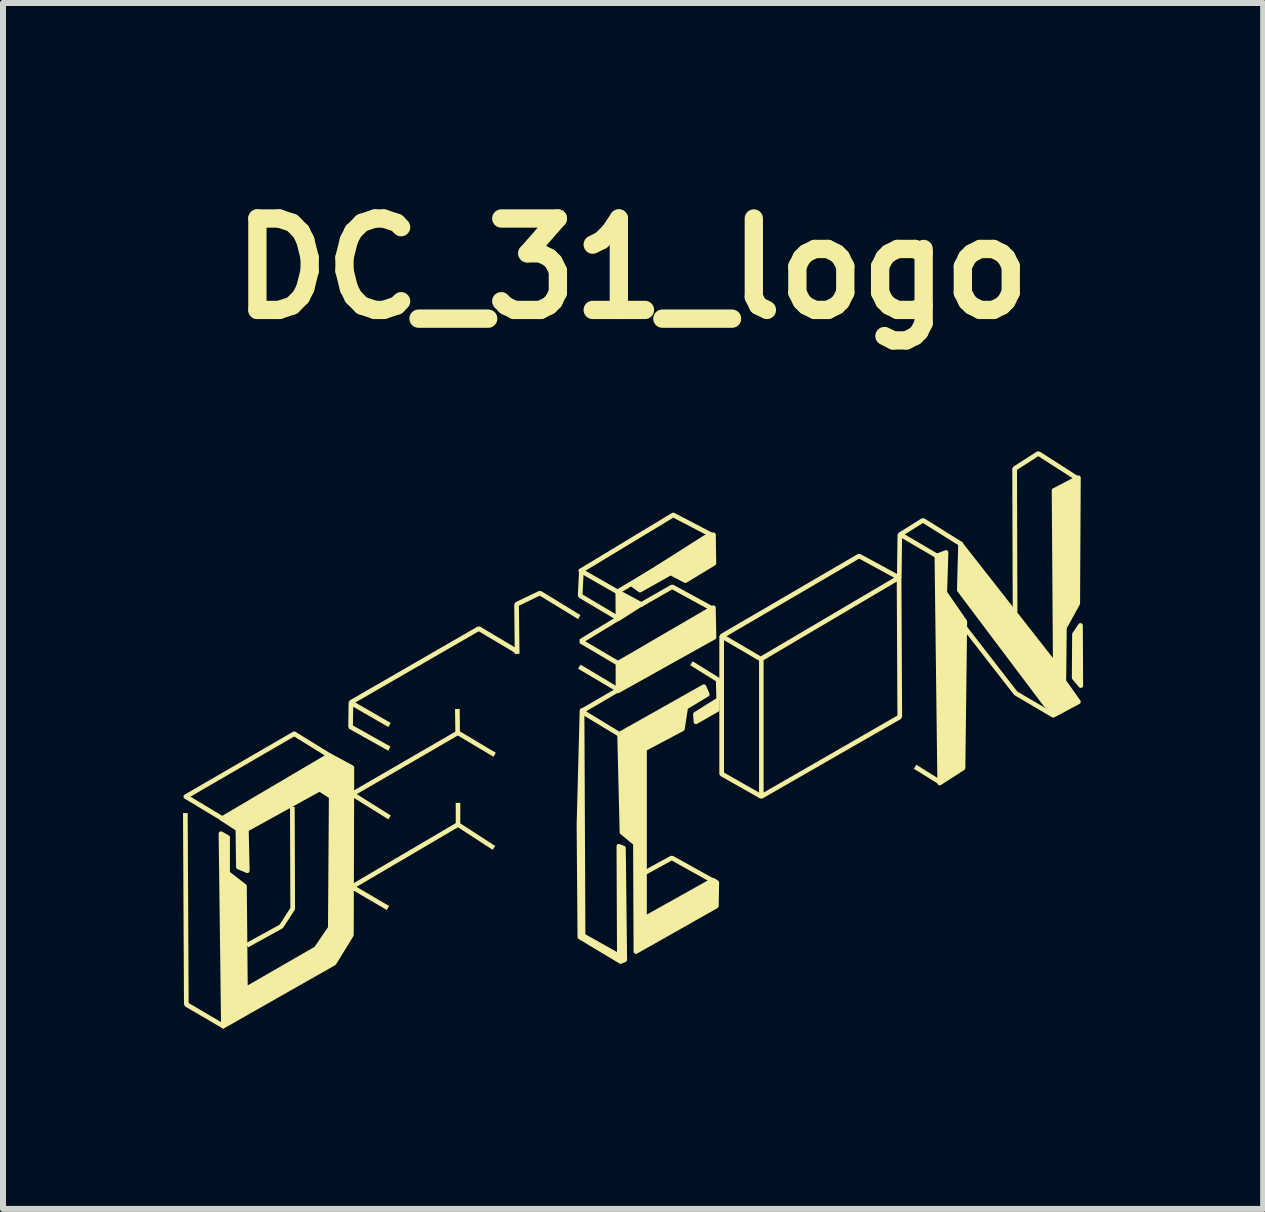
<source format=kicad_pcb>
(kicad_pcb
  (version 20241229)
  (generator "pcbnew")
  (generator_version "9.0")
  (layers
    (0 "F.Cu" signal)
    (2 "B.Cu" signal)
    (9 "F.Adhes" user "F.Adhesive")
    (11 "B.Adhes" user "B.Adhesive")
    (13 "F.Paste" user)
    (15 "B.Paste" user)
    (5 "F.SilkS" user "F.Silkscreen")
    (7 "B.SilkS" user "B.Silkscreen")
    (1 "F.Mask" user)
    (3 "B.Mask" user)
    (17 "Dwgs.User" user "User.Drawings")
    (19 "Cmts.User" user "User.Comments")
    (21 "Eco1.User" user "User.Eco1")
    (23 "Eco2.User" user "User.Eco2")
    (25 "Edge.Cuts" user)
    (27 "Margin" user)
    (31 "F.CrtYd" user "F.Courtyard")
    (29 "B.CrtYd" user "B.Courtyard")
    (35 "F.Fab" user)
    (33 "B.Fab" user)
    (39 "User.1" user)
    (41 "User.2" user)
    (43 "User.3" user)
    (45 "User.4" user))
  (footprint "DC_31_logo"
    (layer "F.Cu")
    (at 7.481 9.286)
    (property "Reference" "DC_31_logo" (at 0 -7.86 0) (layer "F.SilkS") (effects (font (size 1.524 1.524) (thickness 0.305))))
    (attr exclude_from_pos_files exclude_from_bom)
    (fp_poly (pts (xy 4.497 0.585) (xy 4.243 0.433) (xy 4.497 0.281) (xy 4.497 0.585)) (stroke (width 0.078) (type solid)) (fill yes) (layer "F.Mask"))
    (fp_poly (pts (xy 1.52 1.302) (xy 1.52 1.613) (xy 2.085 1.932) (xy 2.085 1.628) (xy 1.52 1.302)) (stroke (width 0.078) (type solid)) (fill yes) (layer "F.Mask"))
    (fp_poly (pts (xy 2.568 -0.952) (xy 2.571 -0.627) (xy 2.849 -0.785) (xy 2.849 -1.119) (xy 2.568 -0.952)) (stroke (width 0.078) (type solid)) (fill yes) (layer "F.Mask"))
    (fp_poly (pts (xy 3.733 -1.612) (xy 3.739 -1.29) (xy 4.017 -1.444) (xy 4.02 -1.773) (xy 3.733 -1.612)) (stroke (width 0.078) (type solid)) (fill yes) (layer "F.Mask"))
    (fp_poly (pts (xy -4.054 -0.268) (xy -4.054 0.147) (xy -2.894 -0.545) (xy -2.887 -0.677) (xy -3.813 -0.144) (xy -4.054 -0.268)) (stroke (width 0.078) (type solid)) (fill yes) (layer "F.Mask"))
    (fp_poly (pts (xy -2.401 2.282) (xy -4.041 3.241) (xy -4.044 2.774) (xy -2.525 1.893) (xy -2.411 1.963) (xy -2.401 2.282)) (stroke (width 0.078) (type solid)) (fill yes) (layer "F.Mask"))
    (fp_poly (pts (xy -1.278 1.111) (xy -1.249 -1.885) (xy -0.886 -2.081) (xy -0.896 -0.72) (xy -1.053 -0.642) (xy -1.053 0.768) (xy -1.278 1.111)) (stroke (width 0.078) (type solid)) (fill yes) (layer "F.Mask"))
    (fp_poly (pts (xy -0.876 0.851) (xy -0.894 1.381) (xy -1.263 1.577) (xy -1.866 1.243) (xy -1.875 1.107) (xy -1.302 1.455) (xy -0.876 0.851)) (stroke (width 0.078) (type solid)) (fill yes) (layer "F.Mask"))
    (fp_poly (pts (xy 2.558 -0.166) (xy 2.558 0.245) (xy 4.096 -0.63) (xy 4.096 -1.015) (xy 3.948 -0.92) (xy 3.951 -0.725) (xy 2.71 -0.014) (xy 2.707 -0.254) (xy 2.558 -0.166)) (stroke (width 0.078) (type solid)) (fill yes) (layer "F.Mask"))
    (fp_poly (pts (xy 3.346 0.926) (xy 3.693 0.338) (xy 4.308 -0.037) (xy 4.165 -0.152) (xy 4.495 -0.34) (xy 4.495 0.061) (xy 3.791 0.436) (xy 3.47 0.988) (xy 3.346 0.926)) (stroke (width 0.078) (type solid)) (fill yes) (layer "F.Mask"))
    (fp_poly (pts (xy 1.535 1.801) (xy 1.535 2.12) (xy 2.093 2.446) (xy 2.962 1.975) (xy 3.324 1.36) (xy 3.179 1.28) (xy 2.867 1.867) (xy 2.107 2.272) (xy 2.1 2.127) (xy 1.535 1.801)) (stroke (width 0.078) (type solid)) (fill yes) (layer "F.Mask"))
    (fp_poly (pts (xy 1.513 0.809) (xy 1.52 1.113) (xy 2.093 1.447) (xy 2.889 1.005) (xy 3.845 1.519) (xy 4.497 1.142) (xy 4.497 0.838) (xy 4.041 0.541) (xy 4.033 0.809) (xy 4.381 1.034) (xy 3.852 1.323) (xy 2.925 0.817) (xy 2.085 1.28) (xy 2.078 1.121) (xy 1.513 0.809)) (stroke (width 0.078) (type solid)) (fill yes) (layer "F.Mask"))
    (fp_poly (pts (xy -3.866 -0.416) (xy -3.801 -0.362) (xy -2.687 -0.984) (xy -2.693 -0.622) (xy -2.287 -0.876) (xy -2.26 0.227) (xy -4.055 1.249) (xy -4.058 1.707) (xy -2.276 0.649) (xy -2.276 1.747) (xy -2.33 1.774) (xy -2.211 1.849) (xy -2.211 2.185) (xy -1.892 1.979) (xy -1.919 -1.471) (xy -3.866 -0.416)) (stroke (width 0.078) (type solid)) (fill yes) (layer "F.Mask"))
    (fp_poly (pts (xy -4.673 2.86) (xy -4.066 3.207) (xy -4.673 2.86)) (stroke (width 0.078) (type solid)) (fill yes) (layer "F.SilkS"))
    (fp_poly (pts (xy -1.255 -1.89) (xy -1.879 -2.249) (xy -1.255 -1.89)) (stroke (width 0.078) (type solid)) (fill yes) (layer "F.SilkS"))
    (fp_poly (pts (xy -5.034 0.26) (xy -5.628 -0.107) (xy -7.434 0.94) (xy -6.795 1.325)) (stroke (width 0.078) (type solid)) (fill no) (layer "F.SilkS"))
    (fp_poly (pts (xy 0.15 -2.265) (xy -0.232 -2.021) (xy -0.235 -2.472) (xy 0.15 -2.265)) (stroke (width 0.078) (type solid)) (fill yes) (layer "F.SilkS"))
    (fp_poly (pts (xy 1.339 -3.414) (xy 0.689 -3.754) (xy -0.852 -2.823) (xy -0.239 -2.473)) (stroke (width 0.078) (type solid)) (fill no) (layer "F.SilkS"))
    (fp_poly (pts (xy -0.856 -1.259) (xy -0.897 -1.192) (xy -0.25 -0.808) (xy -0.211 -0.874) (xy -0.856 -1.259)) (stroke (width 0) (type solid)) (fill yes) (layer "F.SilkS"))
    (fp_poly (pts (xy -0.232 -1.282) (xy -0.232 -0.823) (xy 1.368 -1.716) (xy 1.358 -2.208) (xy -0.232 -1.282)) (stroke (width 0.078) (type solid)) (fill yes) (layer "F.SilkS"))
    (fp_poly (pts (xy 1.059 -0.433) (xy 1.068 -0.307) (xy 1.421 -0.509) (xy 1.421 -0.66) (xy 1.059 -0.433)) (stroke (width 0.078) (type solid)) (fill yes) (layer "F.SilkS"))
    (fp_poly (pts (xy 4.486 -3.466) (xy 4.447 -3.399) (xy 5.103 -3.015) (xy 5.142 -3.081) (xy 4.486 -3.466)) (stroke (width 0) (type solid)) (fill yes) (layer "F.SilkS"))
    (fp_poly (pts (xy 4.74 0.409) (xy 4.699 0.476) (xy 5.123 0.739) (xy 5.164 0.673) (xy 4.74 0.409)) (stroke (width 0) (type solid)) (fill yes) (layer "F.SilkS"))
    (fp_poly (pts (xy 7.376 -1.767) (xy 7.371 -1.041) (xy 7.481 -0.91) (xy 7.476 -1.913) (xy 7.376 -1.767)) (stroke (width 0.078) (type solid)) (fill yes) (layer "F.SilkS"))
    (fp_poly (pts (xy 5.083 -3.069) (xy 5.13 0.713) (xy 5.518 0.463) (xy 5.548 -1.976) (xy 5.214 -2.461) (xy 5.235 -3.129) (xy 5.083 -3.069)) (stroke (width 0.078) (type solid)) (fill yes) (layer "F.SilkS"))
    (fp_poly (pts (xy -7.481 1.214) (xy -7.465 4.403) (xy -7.446 4.437) (xy -6.805 4.812) (xy -6.766 4.745) (xy -7.387 4.38) (xy -7.403 1.214) (xy -7.481 1.214)) (stroke (width 0) (type solid)) (fill yes) (layer "F.SilkS"))
    (fp_poly (pts (xy -4.721 -0.64) (xy -4.727 -0.222) (xy -4.708 -0.188) (xy -4.061 0.175) (xy -4.024 0.106) (xy -4.649 -0.245) (xy -4.643 -0.64) (xy -4.721 -0.64)) (stroke (width 0) (type solid)) (fill yes) (layer "F.SilkS"))
    (fp_poly (pts (xy -2.936 1.044) (xy -2.936 1.405) (xy -2.918 1.438) (xy -2.321 1.827) (xy -2.278 1.763) (xy -2.86 1.386) (xy -2.86 1.044) (xy -2.936 1.044)) (stroke (width 0) (type solid)) (fill yes) (layer "F.SilkS"))
    (fp_poly (pts (xy -2.918 -0.157) (xy -4.68 0.864) (xy -4.682 0.931) (xy -4.059 1.319) (xy -4.018 1.255) (xy -4.586 0.899) (xy -2.879 -0.091) (xy -2.918 -0.157)) (stroke (width 0) (type solid)) (fill yes) (layer "F.SilkS"))
    (fp_poly (pts (xy -2.918 1.372) (xy -4.686 2.411) (xy -4.686 2.478) (xy -4.086 2.829) (xy -4.047 2.763) (xy -4.59 2.444) (xy -2.877 1.438) (xy -2.918 1.372)) (stroke (width 0) (type solid)) (fill yes) (layer "F.SilkS"))
    (fp_poly (pts (xy -2.87 -0.521) (xy -2.948 -0.519) (xy -2.942 -0.124) (xy -2.922 -0.091) (xy -2.307 0.276) (xy -2.268 0.21) (xy -2.866 -0.147) (xy -2.87 -0.521)) (stroke (width 0) (type solid)) (fill yes) (layer "F.SilkS"))
    (fp_poly (pts (xy -0.258 -0.866) (xy -0.862 -0.515) (xy -0.862 -0.448) (xy -0.211 -0.054) (xy -0.17 -0.12) (xy -0.764 -0.481) (xy -0.219 -0.8) (xy -0.258 -0.866)) (stroke (width 0) (type solid)) (fill yes) (layer "F.SilkS"))
    (fp_poly (pts (xy -0.002 -2.602) (xy 0.135 -2.502) (xy 0.646 -2.789) (xy 0.891 -2.66) (xy 1.366 -2.948) (xy 1.359 -3.423) (xy 1.222 -3.38) (xy -0.002 -2.602)) (stroke (width 0.078) (type solid)) (fill yes) (layer "F.SilkS"))
    (fp_poly (pts (xy 0.646 1.927) (xy 0.171 2.187) (xy 0.209 2.255) (xy 0.664 2.005) (xy 1.365 2.396) (xy 1.402 2.327) (xy 0.683 1.927) (xy 0.646 1.927)) (stroke (width 0) (type solid)) (fill yes) (layer "F.SilkS"))
    (fp_poly (pts (xy 0.689 -2.591) (xy 0.652 -2.589) (xy 0.117 -2.284) (xy 0.156 -2.218) (xy 0.671 -2.513) (xy 1.339 -2.147) (xy 1.376 -2.216) (xy 0.689 -2.591)) (stroke (width 0) (type solid)) (fill yes) (layer "F.SilkS"))
    (fp_poly (pts (xy 1.013 -1.315) (xy 0.972 -1.249) (xy 1.4 -0.983) (xy 1.408 -0.669) (xy 1.484 -0.671) (xy 1.476 -1.005) (xy 1.459 -1.038) (xy 1.013 -1.315)) (stroke (width 0) (type solid)) (fill yes) (layer "F.SilkS"))
    (fp_poly (pts (xy 5.562 -1.921) (xy 5.501 -1.872) (xy 6.367 -0.759) (xy 6.378 -0.749) (xy 7.005 -0.38) (xy 7.044 -0.446) (xy 6.423 -0.811) (xy 5.562 -1.921)) (stroke (width 0) (type solid)) (fill yes) (layer "F.SilkS"))
    (fp_poly (pts (xy -5.698 1.11) (xy -5.692 2.796) (xy -5.872 3.075) (xy -6.434 3.384) (xy -6.395 3.452) (xy -5.827 3.138) (xy -5.813 3.126) (xy -5.62 2.829) (xy -5.614 2.808) (xy -5.62 1.11) (xy -5.698 1.11)) (stroke (width 0) (type solid)) (fill yes) (layer "F.SilkS"))
    (fp_poly (pts (xy -2.571 -1.894) (xy -4.707 -0.661) (xy -4.707 -0.593) (xy -4.059 -0.22) (xy -4.02 -0.288) (xy -4.61 -0.628) (xy -2.553 -1.815) (xy -1.944 -1.454) (xy -1.905 -1.521) (xy -2.532 -1.894) (xy -2.571 -1.894)) (stroke (width 0) (type solid)) (fill yes) (layer "F.SilkS"))
    (fp_poly (pts (xy -1.549 -2.487) (xy -1.94 -2.3) (xy -1.961 -2.265) (xy -1.952 -1.437) (xy -1.873 -1.439) (xy -1.883 -2.241) (xy -1.536 -2.409) (xy -0.897 -2.019) (xy -0.858 -2.085) (xy -1.512 -2.485) (xy -1.549 -2.487)) (stroke (width 0) (type solid)) (fill yes) (layer "F.SilkS"))
    (fp_poly (pts (xy -0.141 1.798) (xy -0.119 3.658) (xy -0.187 3.688) (xy -0.867 3.28) (xy -0.882 1.413) (xy -0.831 -0.494) (xy -0.822 1.42) (xy -0.814 3.257) (xy -0.209 3.597) (xy -0.217 1.768) (xy -0.141 1.798)) (stroke (width 0.078) (type solid)) (fill yes) (layer "F.SilkS"))
    (fp_poly (pts (xy 4.83 -3.698) (xy 4.445 -3.456) (xy 4.427 -3.423) (xy 4.417 -2.704) (xy 4.494 -2.702) (xy 4.503 -3.401) (xy 4.849 -3.62) (xy 5.48 -3.226) (xy 5.521 -3.292) (xy 4.871 -3.698) (xy 4.83 -3.698)) (stroke (width 0) (type solid)) (fill yes) (layer "F.SilkS"))
    (fp_poly (pts (xy 5.477 -3.271) (xy 5.457 -2.502) (xy 7.026 -0.417) (xy 7.441 -0.64) (xy 7.198 -0.984) (xy 7.208 -1.875) (xy 7.43 -2.279) (xy 7.441 -4.374) (xy 7.036 -4.162) (xy 7.056 -1.257) (xy 5.477 -3.271)) (stroke (width 0.078) (type solid)) (fill yes) (layer "F.SilkS"))
    (fp_poly (pts (xy 6.751 -4.812) (xy 6.357 -4.558) (xy 6.339 -4.526) (xy 6.347 -2.132) (xy 6.425 -2.132) (xy 6.418 -4.505) (xy 6.773 -4.733) (xy 7.4 -4.331) (xy 7.441 -4.397) (xy 6.794 -4.812) (xy 6.751 -4.812)) (stroke (width 0) (type solid)) (fill yes) (layer "F.SilkS"))
    (fp_poly (pts (xy -0.879 -2.854) (xy -0.901 -2.409) (xy -0.881 -2.374) (xy -0.301 -2.03) (xy -0.872 -1.683) (xy -0.872 -1.616) (xy -0.25 -1.249) (xy -0.211 -1.315) (xy -0.778 -1.649) (xy -0.207 -1.997) (xy -0.207 -2.063) (xy -0.823 -2.429) (xy -0.801 -2.853) (xy -0.879 -2.854)) (stroke (width 0) (type solid)) (fill yes) (layer "F.SilkS"))
    (fp_poly (pts (xy 1.2 -0.892) (xy -0.205 -0.101) (xy -0.165 1.535) (xy 0.059 1.719) (xy 0.067 3.522) (xy 1.407 2.764) (xy 1.415 2.373) (xy 1.352 2.333) (xy 0.21 2.972) (xy 0.21 0.146) (xy 0.841 -0.189) (xy 0.897 -0.548) (xy 1.256 -0.764) (xy 1.2 -0.892)) (stroke (width 0.078) (type solid)) (fill yes) (layer "F.SilkS"))
    (fp_poly (pts (xy -6.848 1.558) (xy -6.738 1.62) (xy -6.738 2.215) (xy -6.457 2.433) (xy -6.441 4.153) (xy -5.261 3.473) (xy -5.026 3.129) (xy -5.011 0.94) (xy -5.206 0.815) (xy -6.425 1.488) (xy -6.41 2.175) (xy -6.558 2.113) (xy -6.566 1.48) (xy -6.832 1.308) (xy -5.042 0.253) (xy -4.667 0.456) (xy -4.675 3.246) (xy -4.964 3.715) (xy -6.808 4.763) (xy -6.848 1.558)) (stroke (width 0.078) (type solid)) (fill yes) (layer "F.SilkS"))
    (fp_poly (pts (xy 3.767 -3.104) (xy 1.476 -1.767) (xy 1.457 -1.733) (xy 1.457 0.563) (xy 1.476 0.597) (xy 2.119 0.961) (xy 2.119 0.872) (xy 1.535 0.54) (xy 1.535 -1.667) (xy 2.119 -1.325) (xy 2.119 0.872) (xy 2.119 0.961) (xy 2.138 0.972) (xy 2.146 0.972) (xy 2.146 -1.397) (xy 1.576 -1.733) (xy 3.787 -3.026) (xy 4.371 -2.708) (xy 2.146 -1.397) (xy 2.146 0.972) (xy 2.175 0.972) (xy 2.195 0.96) (xy 2.195 0.872) (xy 2.195 -1.335) (xy 4.414 -2.644) (xy 4.425 -0.411) (xy 2.195 0.872) (xy 2.195 0.96) (xy 4.484 -0.354) (xy 4.503 -0.39) (xy 4.492 -2.708) (xy 4.472 -2.741) (xy 3.804 -3.104) (xy 3.767 -3.104)) (stroke (width 0) (type solid)) (fill yes) (layer "F.SilkS")))
  (gr_rect
    (start -3 -3)
    (end 18.001 17.098)
    (stroke (width 0.1) (type default))
    (fill no)
    (layer "Edge.Cuts")))
</source>
